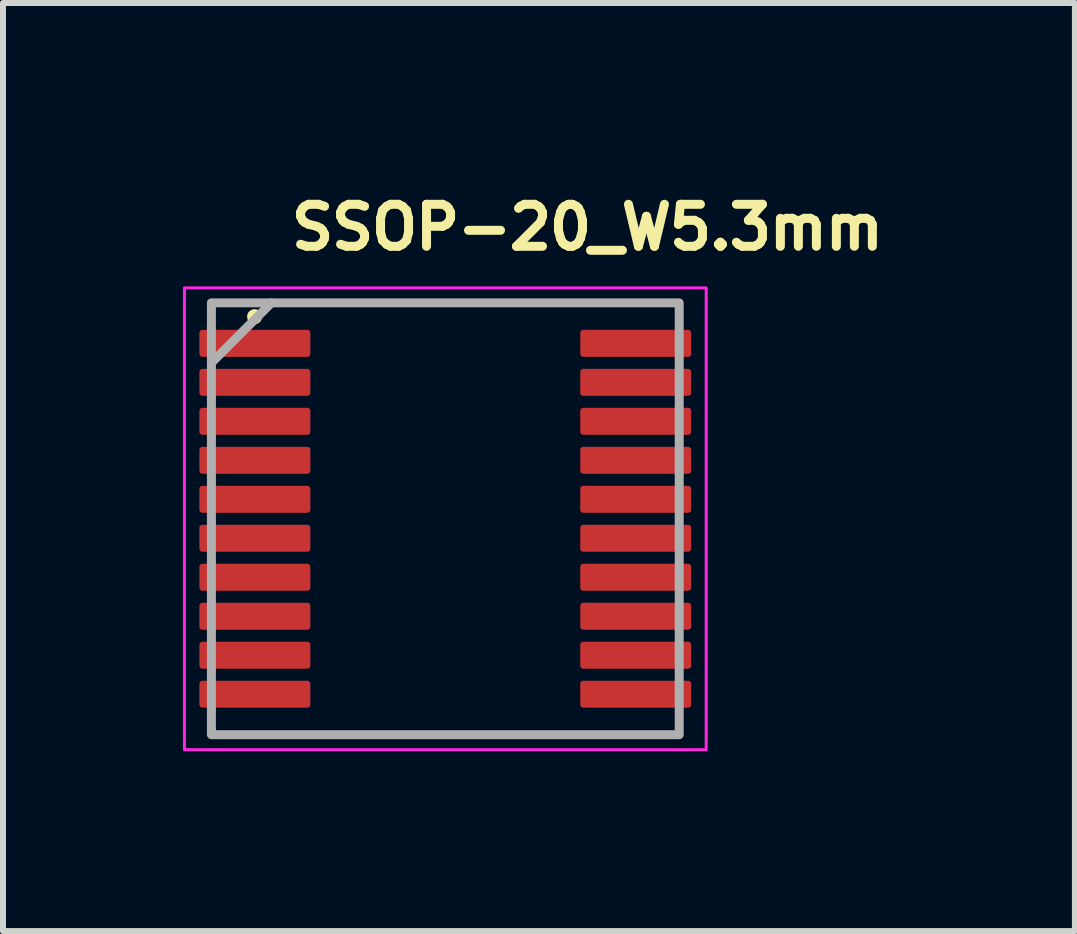
<source format=kicad_pcb>
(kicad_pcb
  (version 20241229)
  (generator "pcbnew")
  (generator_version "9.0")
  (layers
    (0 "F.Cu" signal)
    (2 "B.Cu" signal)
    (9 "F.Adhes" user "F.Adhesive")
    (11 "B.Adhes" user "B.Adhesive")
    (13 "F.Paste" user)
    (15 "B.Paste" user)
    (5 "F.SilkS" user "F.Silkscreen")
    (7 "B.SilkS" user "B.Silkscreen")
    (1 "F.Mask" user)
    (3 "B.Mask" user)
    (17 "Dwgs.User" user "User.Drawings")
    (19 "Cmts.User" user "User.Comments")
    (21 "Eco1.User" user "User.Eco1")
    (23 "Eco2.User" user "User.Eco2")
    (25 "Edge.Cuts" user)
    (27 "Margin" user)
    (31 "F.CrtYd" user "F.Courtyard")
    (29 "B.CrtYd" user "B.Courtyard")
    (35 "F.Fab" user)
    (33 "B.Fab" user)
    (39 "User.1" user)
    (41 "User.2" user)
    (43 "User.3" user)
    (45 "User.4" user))
  (footprint "SSOP-20_W5.3mm"
    (layer "F.Cu")
    (at 4.375 5.6)
    (property "Reference" "SSOP-20_W5.3mm" (at -2.645 -4.45 0) (layer "F.SilkS") (effects (font (size 0.7 0.7) (thickness 0.15)) (justify left bottom)))
    (attr smd)
    (fp_circle (center -3.18 -3.37) (end -3.13 -3.37) (stroke (width 0.15) (type solid)) (fill yes) (layer "F.SilkS"))
    (fp_rect (start -4.35 -3.85) (end 4.35 3.85) (stroke (width 0.05) (type solid)) (fill no) (layer "F.CrtYd"))
    (fp_line (start -2.9 -3.6) (end -3.9 -2.6) (stroke (width 0.15) (type default)) (layer "F.Fab"))
    (fp_rect (start -3.9 -3.6) (end 3.9 3.6) (stroke (width 0.15) (type solid)) (fill no) (layer "F.Fab"))
    (fp_rect (start -3.9 -3.6) (end 3.9 3.6) (stroke (width 0.1) (type solid)) (fill no) (layer "User.5"))
    (fp_line (start -3.9 -3.075) (end -3.9 -2.775) (stroke (width 0.02) (type solid)) (layer "User.9"))
    (fp_line (start -3.9 -2.425) (end -3.9 -2.125) (stroke (width 0.02) (type solid)) (layer "User.9"))
    (fp_line (start -3.9 -1.775) (end -3.9 -1.475) (stroke (width 0.02) (type solid)) (layer "User.9"))
    (fp_line (start -3.9 -1.125) (end -3.9 -0.825) (stroke (width 0.02) (type solid)) (layer "User.9"))
    (fp_line (start -3.9 -0.475) (end -3.9 -0.175) (stroke (width 0.02) (type solid)) (layer "User.9"))
    (fp_line (start -3.9 0.175) (end -3.9 0.475) (stroke (width 0.02) (type solid)) (layer "User.9"))
    (fp_line (start -3.9 0.825) (end -3.9 1.125) (stroke (width 0.02) (type solid)) (layer "User.9"))
    (fp_line (start -3.9 1.475) (end -3.9 1.775) (stroke (width 0.02) (type solid)) (layer "User.9"))
    (fp_line (start -3.9 2.125) (end -3.9 2.425) (stroke (width 0.02) (type solid)) (layer "User.9"))
    (fp_line (start -3.9 2.775) (end -3.9 3.075) (stroke (width 0.02) (type solid)) (layer "User.9"))
    (fp_line (start -3.43 -3.075) (end -3.9 -3.075) (stroke (width 0.02) (type solid)) (layer "User.9"))
    (fp_line (start -3.43 -3.075) (end -3.43 -2.775) (stroke (width 0.02) (type solid)) (layer "User.9"))
    (fp_line (start -3.43 -3.075) (end -3.293 -3.075) (stroke (width 0.02) (type solid)) (layer "User.9"))
    (fp_line (start -3.43 -2.775) (end -3.9 -2.775) (stroke (width 0.02) (type solid)) (layer "User.9"))
    (fp_line (start -3.43 -2.425) (end -3.9 -2.425) (stroke (width 0.02) (type solid)) (layer "User.9"))
    (fp_line (start -3.43 -2.425) (end -3.43 -2.125) (stroke (width 0.02) (type solid)) (layer "User.9"))
    (fp_line (start -3.43 -2.425) (end -3.293 -2.425) (stroke (width 0.02) (type solid)) (layer "User.9"))
    (fp_line (start -3.43 -2.125) (end -3.9 -2.125) (stroke (width 0.02) (type solid)) (layer "User.9"))
    (fp_line (start -3.43 -1.775) (end -3.9 -1.775) (stroke (width 0.02) (type solid)) (layer "User.9"))
    (fp_line (start -3.43 -1.775) (end -3.43 -1.475) (stroke (width 0.02) (type solid)) (layer "User.9"))
    (fp_line (start -3.43 -1.775) (end -3.293 -1.775) (stroke (width 0.02) (type solid)) (layer "User.9"))
    (fp_line (start -3.43 -1.475) (end -3.9 -1.475) (stroke (width 0.02) (type solid)) (layer "User.9"))
    (fp_line (start -3.43 -1.125) (end -3.9 -1.125) (stroke (width 0.02) (type solid)) (layer "User.9"))
    (fp_line (start -3.43 -1.125) (end -3.43 -0.825) (stroke (width 0.02) (type solid)) (layer "User.9"))
    (fp_line (start -3.43 -1.125) (end -3.293 -1.125) (stroke (width 0.02) (type solid)) (layer "User.9"))
    (fp_line (start -3.43 -0.825) (end -3.9 -0.825) (stroke (width 0.02) (type solid)) (layer "User.9"))
    (fp_line (start -3.43 -0.475) (end -3.9 -0.475) (stroke (width 0.02) (type solid)) (layer "User.9"))
    (fp_line (start -3.43 -0.475) (end -3.43 -0.175) (stroke (width 0.02) (type solid)) (layer "User.9"))
    (fp_line (start -3.43 -0.475) (end -3.293 -0.475) (stroke (width 0.02) (type solid)) (layer "User.9"))
    (fp_line (start -3.43 -0.175) (end -3.9 -0.175) (stroke (width 0.02) (type solid)) (layer "User.9"))
    (fp_line (start -3.43 0.175) (end -3.9 0.175) (stroke (width 0.02) (type solid)) (layer "User.9"))
    (fp_line (start -3.43 0.175) (end -3.43 0.475) (stroke (width 0.02) (type solid)) (layer "User.9"))
    (fp_line (start -3.43 0.175) (end -3.293 0.175) (stroke (width 0.02) (type solid)) (layer "User.9"))
    (fp_line (start -3.43 0.475) (end -3.9 0.475) (stroke (width 0.02) (type solid)) (layer "User.9"))
    (fp_line (start -3.43 0.825) (end -3.9 0.825) (stroke (width 0.02) (type solid)) (layer "User.9"))
    (fp_line (start -3.43 0.825) (end -3.43 1.125) (stroke (width 0.02) (type solid)) (layer "User.9"))
    (fp_line (start -3.43 0.825) (end -3.293 0.825) (stroke (width 0.02) (type solid)) (layer "User.9"))
    (fp_line (start -3.43 1.125) (end -3.9 1.125) (stroke (width 0.02) (type solid)) (layer "User.9"))
    (fp_line (start -3.43 1.475) (end -3.9 1.475) (stroke (width 0.02) (type solid)) (layer "User.9"))
    (fp_line (start -3.43 1.475) (end -3.43 1.775) (stroke (width 0.02) (type solid)) (layer "User.9"))
    (fp_line (start -3.43 1.475) (end -3.293 1.475) (stroke (width 0.02) (type solid)) (layer "User.9"))
    (fp_line (start -3.43 1.775) (end -3.9 1.775) (stroke (width 0.02) (type solid)) (layer "User.9"))
    (fp_line (start -3.43 2.125) (end -3.9 2.125) (stroke (width 0.02) (type solid)) (layer "User.9"))
    (fp_line (start -3.43 2.125) (end -3.43 2.425) (stroke (width 0.02) (type solid)) (layer "User.9"))
    (fp_line (start -3.43 2.125) (end -3.293 2.125) (stroke (width 0.02) (type solid)) (layer "User.9"))
    (fp_line (start -3.43 2.425) (end -3.9 2.425) (stroke (width 0.02) (type solid)) (layer "User.9"))
    (fp_line (start -3.43 2.775) (end -3.9 2.775) (stroke (width 0.02) (type solid)) (layer "User.9"))
    (fp_line (start -3.43 2.775) (end -3.43 3.075) (stroke (width 0.02) (type solid)) (layer "User.9"))
    (fp_line (start -3.43 2.775) (end -3.293 2.775) (stroke (width 0.02) (type solid)) (layer "User.9"))
    (fp_line (start -3.43 3.075) (end -3.9 3.075) (stroke (width 0.02) (type solid)) (layer "User.9"))
    (fp_line (start -3.293 -3.075) (end -3.293 -2.775) (stroke (width 0.02) (type solid)) (layer "User.9"))
    (fp_line (start -3.293 -2.775) (end -3.43 -2.775) (stroke (width 0.02) (type solid)) (layer "User.9"))
    (fp_line (start -3.293 -2.775) (end -3.215 -2.775) (stroke (width 0.02) (type solid)) (layer "User.9"))
    (fp_line (start -3.293 -2.425) (end -3.293 -2.125) (stroke (width 0.02) (type solid)) (layer "User.9"))
    (fp_line (start -3.293 -2.125) (end -3.43 -2.125) (stroke (width 0.02) (type solid)) (layer "User.9"))
    (fp_line (start -3.293 -2.125) (end -3.215 -2.125) (stroke (width 0.02) (type solid)) (layer "User.9"))
    (fp_line (start -3.293 -1.775) (end -3.293 -1.475) (stroke (width 0.02) (type solid)) (layer "User.9"))
    (fp_line (start -3.293 -1.475) (end -3.43 -1.475) (stroke (width 0.02) (type solid)) (layer "User.9"))
    (fp_line (start -3.293 -1.475) (end -3.215 -1.475) (stroke (width 0.02) (type solid)) (layer "User.9"))
    (fp_line (start -3.293 -1.125) (end -3.293 -0.825) (stroke (width 0.02) (type solid)) (layer "User.9"))
    (fp_line (start -3.293 -0.825) (end -3.43 -0.825) (stroke (width 0.02) (type solid)) (layer "User.9"))
    (fp_line (start -3.293 -0.825) (end -3.215 -0.825) (stroke (width 0.02) (type solid)) (layer "User.9"))
    (fp_line (start -3.293 -0.475) (end -3.293 -0.175) (stroke (width 0.02) (type solid)) (layer "User.9"))
    (fp_line (start -3.293 -0.175) (end -3.43 -0.175) (stroke (width 0.02) (type solid)) (layer "User.9"))
    (fp_line (start -3.293 -0.175) (end -3.215 -0.175) (stroke (width 0.02) (type solid)) (layer "User.9"))
    (fp_line (start -3.293 0.175) (end -3.293 0.475) (stroke (width 0.02) (type solid)) (layer "User.9"))
    (fp_line (start -3.293 0.475) (end -3.43 0.475) (stroke (width 0.02) (type solid)) (layer "User.9"))
    (fp_line (start -3.293 0.475) (end -3.215 0.475) (stroke (width 0.02) (type solid)) (layer "User.9"))
    (fp_line (start -3.293 0.825) (end -3.293 1.125) (stroke (width 0.02) (type solid)) (layer "User.9"))
    (fp_line (start -3.293 1.125) (end -3.43 1.125) (stroke (width 0.02) (type solid)) (layer "User.9"))
    (fp_line (start -3.293 1.125) (end -3.215 1.125) (stroke (width 0.02) (type solid)) (layer "User.9"))
    (fp_line (start -3.293 1.475) (end -3.293 1.775) (stroke (width 0.02) (type solid)) (layer "User.9"))
    (fp_line (start -3.293 1.775) (end -3.43 1.775) (stroke (width 0.02) (type solid)) (layer "User.9"))
    (fp_line (start -3.293 1.775) (end -3.215 1.775) (stroke (width 0.02) (type solid)) (layer "User.9"))
    (fp_line (start -3.293 2.125) (end -3.293 2.425) (stroke (width 0.02) (type solid)) (layer "User.9"))
    (fp_line (start -3.293 2.425) (end -3.43 2.425) (stroke (width 0.02) (type solid)) (layer "User.9"))
    (fp_line (start -3.293 2.425) (end -3.215 2.425) (stroke (width 0.02) (type solid)) (layer "User.9"))
    (fp_line (start -3.293 2.775) (end -3.293 3.075) (stroke (width 0.02) (type solid)) (layer "User.9"))
    (fp_line (start -3.293 3.075) (end -3.43 3.075) (stroke (width 0.02) (type solid)) (layer "User.9"))
    (fp_line (start -3.293 3.075) (end -3.215 3.075) (stroke (width 0.02) (type solid)) (layer "User.9"))
    (fp_line (start -3.215 -3.075) (end -3.293 -3.075) (stroke (width 0.02) (type solid)) (layer "User.9"))
    (fp_line (start -3.215 -3.075) (end -2.92 -3.075) (stroke (width 0.02) (type solid)) (layer "User.9"))
    (fp_line (start -3.215 -2.775) (end -3.215 -3.075) (stroke (width 0.02) (type solid)) (layer "User.9"))
    (fp_line (start -3.215 -2.425) (end -3.293 -2.425) (stroke (width 0.02) (type solid)) (layer "User.9"))
    (fp_line (start -3.215 -2.425) (end -2.92 -2.425) (stroke (width 0.02) (type solid)) (layer "User.9"))
    (fp_line (start -3.215 -2.125) (end -3.215 -2.425) (stroke (width 0.02) (type solid)) (layer "User.9"))
    (fp_line (start -3.215 -1.775) (end -3.293 -1.775) (stroke (width 0.02) (type solid)) (layer "User.9"))
    (fp_line (start -3.215 -1.775) (end -2.92 -1.775) (stroke (width 0.02) (type solid)) (layer "User.9"))
    (fp_line (start -3.215 -1.475) (end -3.215 -1.775) (stroke (width 0.02) (type solid)) (layer "User.9"))
    (fp_line (start -3.215 -1.125) (end -3.293 -1.125) (stroke (width 0.02) (type solid)) (layer "User.9"))
    (fp_line (start -3.215 -1.125) (end -2.92 -1.125) (stroke (width 0.02) (type solid)) (layer "User.9"))
    (fp_line (start -3.215 -0.825) (end -3.215 -1.125) (stroke (width 0.02) (type solid)) (layer "User.9"))
    (fp_line (start -3.215 -0.475) (end -3.293 -0.475) (stroke (width 0.02) (type solid)) (layer "User.9"))
    (fp_line (start -3.215 -0.475) (end -2.92 -0.475) (stroke (width 0.02) (type solid)) (layer "User.9"))
    (fp_line (start -3.215 -0.175) (end -3.215 -0.475) (stroke (width 0.02) (type solid)) (layer "User.9"))
    (fp_line (start -3.215 0.175) (end -3.293 0.175) (stroke (width 0.02) (type solid)) (layer "User.9"))
    (fp_line (start -3.215 0.175) (end -2.92 0.175) (stroke (width 0.02) (type solid)) (layer "User.9"))
    (fp_line (start -3.215 0.475) (end -3.215 0.175) (stroke (width 0.02) (type solid)) (layer "User.9"))
    (fp_line (start -3.215 0.825) (end -3.293 0.825) (stroke (width 0.02) (type solid)) (layer "User.9"))
    (fp_line (start -3.215 0.825) (end -2.92 0.825) (stroke (width 0.02) (type solid)) (layer "User.9"))
    (fp_line (start -3.215 1.125) (end -3.215 0.825) (stroke (width 0.02) (type solid)) (layer "User.9"))
    (fp_line (start -3.215 1.475) (end -3.293 1.475) (stroke (width 0.02) (type solid)) (layer "User.9"))
    (fp_line (start -3.215 1.475) (end -2.92 1.475) (stroke (width 0.02) (type solid)) (layer "User.9"))
    (fp_line (start -3.215 1.775) (end -3.215 1.475) (stroke (width 0.02) (type solid)) (layer "User.9"))
    (fp_line (start -3.215 2.125) (end -3.293 2.125) (stroke (width 0.02) (type solid)) (layer "User.9"))
    (fp_line (start -3.215 2.125) (end -2.92 2.125) (stroke (width 0.02) (type solid)) (layer "User.9"))
    (fp_line (start -3.215 2.425) (end -3.215 2.125) (stroke (width 0.02) (type solid)) (layer "User.9"))
    (fp_line (start -3.215 2.775) (end -3.293 2.775) (stroke (width 0.02) (type solid)) (layer "User.9"))
    (fp_line (start -3.215 2.775) (end -2.92 2.775) (stroke (width 0.02) (type solid)) (layer "User.9"))
    (fp_line (start -3.215 3.075) (end -3.215 2.775) (stroke (width 0.02) (type solid)) (layer "User.9"))
    (fp_line (start -2.919 -2.775) (end -3.215 -2.775) (stroke (width 0.02) (type solid)) (layer "User.9"))
    (fp_line (start -2.919 -2.775) (end -2.919 -3.075) (stroke (width 0.02) (type solid)) (layer "User.9"))
    (fp_line (start -2.919 -2.125) (end -3.215 -2.125) (stroke (width 0.02) (type solid)) (layer "User.9"))
    (fp_line (start -2.919 -2.125) (end -2.919 -2.425) (stroke (width 0.02) (type solid)) (layer "User.9"))
    (fp_line (start -2.919 -1.475) (end -3.215 -1.475) (stroke (width 0.02) (type solid)) (layer "User.9"))
    (fp_line (start -2.919 -1.475) (end -2.919 -1.775) (stroke (width 0.02) (type solid)) (layer "User.9"))
    (fp_line (start -2.919 -0.825) (end -3.215 -0.825) (stroke (width 0.02) (type solid)) (layer "User.9"))
    (fp_line (start -2.919 -0.825) (end -2.919 -1.125) (stroke (width 0.02) (type solid)) (layer "User.9"))
    (fp_line (start -2.919 -0.175) (end -3.215 -0.175) (stroke (width 0.02) (type solid)) (layer "User.9"))
    (fp_line (start -2.919 -0.175) (end -2.919 -0.475) (stroke (width 0.02) (type solid)) (layer "User.9"))
    (fp_line (start -2.919 0.475) (end -3.215 0.475) (stroke (width 0.02) (type solid)) (layer "User.9"))
    (fp_line (start -2.919 0.475) (end -2.919 0.175) (stroke (width 0.02) (type solid)) (layer "User.9"))
    (fp_line (start -2.919 1.125) (end -3.215 1.125) (stroke (width 0.02) (type solid)) (layer "User.9"))
    (fp_line (start -2.919 1.125) (end -2.919 0.825) (stroke (width 0.02) (type solid)) (layer "User.9"))
    (fp_line (start -2.919 1.775) (end -3.215 1.775) (stroke (width 0.02) (type solid)) (layer "User.9"))
    (fp_line (start -2.919 1.775) (end -2.919 1.475) (stroke (width 0.02) (type solid)) (layer "User.9"))
    (fp_line (start -2.919 2.425) (end -3.215 2.425) (stroke (width 0.02) (type solid)) (layer "User.9"))
    (fp_line (start -2.919 2.425) (end -2.919 2.125) (stroke (width 0.02) (type solid)) (layer "User.9"))
    (fp_line (start -2.919 3.075) (end -3.215 3.075) (stroke (width 0.02) (type solid)) (layer "User.9"))
    (fp_line (start -2.919 3.075) (end -2.919 2.775) (stroke (width 0.02) (type solid)) (layer "User.9"))
    (fp_line (start -2.65 -3.407) (end -2.65 -3.4) (stroke (width 0.02) (type solid)) (layer "User.9"))
    (fp_line (start -2.65 -3.4) (end -2.65 3.4) (stroke (width 0.02) (type solid)) (layer "User.9"))
    (fp_line (start -2.65 -3.075) (end -2.919 -3.075) (stroke (width 0.02) (type solid)) (layer "User.9"))
    (fp_line (start -2.65 -3.075) (end -2.65 -2.775) (stroke (width 0.02) (type solid)) (layer "User.9"))
    (fp_line (start -2.65 -2.775) (end -2.919 -2.775) (stroke (width 0.02) (type solid)) (layer "User.9"))
    (fp_line (start -2.65 -2.425) (end -2.919 -2.425) (stroke (width 0.02) (type solid)) (layer "User.9"))
    (fp_line (start -2.65 -2.425) (end -2.65 -2.125) (stroke (width 0.02) (type solid)) (layer "User.9"))
    (fp_line (start -2.65 -2.125) (end -2.919 -2.125) (stroke (width 0.02) (type solid)) (layer "User.9"))
    (fp_line (start -2.65 -1.775) (end -2.919 -1.775) (stroke (width 0.02) (type solid)) (layer "User.9"))
    (fp_line (start -2.65 -1.775) (end -2.65 -1.475) (stroke (width 0.02) (type solid)) (layer "User.9"))
    (fp_line (start -2.65 -1.475) (end -2.919 -1.475) (stroke (width 0.02) (type solid)) (layer "User.9"))
    (fp_line (start -2.65 -1.125) (end -2.919 -1.125) (stroke (width 0.02) (type solid)) (layer "User.9"))
    (fp_line (start -2.65 -1.125) (end -2.65 -0.825) (stroke (width 0.02) (type solid)) (layer "User.9"))
    (fp_line (start -2.65 -0.825) (end -2.919 -0.825) (stroke (width 0.02) (type solid)) (layer "User.9"))
    (fp_line (start -2.65 -0.475) (end -2.919 -0.475) (stroke (width 0.02) (type solid)) (layer "User.9"))
    (fp_line (start -2.65 -0.475) (end -2.65 -0.175) (stroke (width 0.02) (type solid)) (layer "User.9"))
    (fp_line (start -2.65 -0.175) (end -2.919 -0.175) (stroke (width 0.02) (type solid)) (layer "User.9"))
    (fp_line (start -2.65 0.175) (end -2.919 0.175) (stroke (width 0.02) (type solid)) (layer "User.9"))
    (fp_line (start -2.65 0.175) (end -2.65 0.475) (stroke (width 0.02) (type solid)) (layer "User.9"))
    (fp_line (start -2.65 0.475) (end -2.919 0.475) (stroke (width 0.02) (type solid)) (layer "User.9"))
    (fp_line (start -2.65 0.825) (end -2.919 0.825) (stroke (width 0.02) (type solid)) (layer "User.9"))
    (fp_line (start -2.65 0.825) (end -2.65 1.125) (stroke (width 0.02) (type solid)) (layer "User.9"))
    (fp_line (start -2.65 1.125) (end -2.919 1.125) (stroke (width 0.02) (type solid)) (layer "User.9"))
    (fp_line (start -2.65 1.475) (end -2.919 1.475) (stroke (width 0.02) (type solid)) (layer "User.9"))
    (fp_line (start -2.65 1.475) (end -2.65 1.775) (stroke (width 0.02) (type solid)) (layer "User.9"))
    (fp_line (start -2.65 1.775) (end -2.919 1.775) (stroke (width 0.02) (type solid)) (layer "User.9"))
    (fp_line (start -2.65 2.125) (end -2.919 2.125) (stroke (width 0.02) (type solid)) (layer "User.9"))
    (fp_line (start -2.65 2.125) (end -2.65 2.425) (stroke (width 0.02) (type solid)) (layer "User.9"))
    (fp_line (start -2.65 2.425) (end -2.919 2.425) (stroke (width 0.02) (type solid)) (layer "User.9"))
    (fp_line (start -2.65 2.775) (end -2.919 2.775) (stroke (width 0.02) (type solid)) (layer "User.9"))
    (fp_line (start -2.65 2.775) (end -2.65 3.075) (stroke (width 0.02) (type solid)) (layer "User.9"))
    (fp_line (start -2.65 3.075) (end -2.919 3.075) (stroke (width 0.02) (type solid)) (layer "User.9"))
    (fp_line (start -2.65 3.4) (end -2.65 3.407) (stroke (width 0.02) (type solid)) (layer "User.9"))
    (fp_line (start -2.65 3.407) (end -2.645 3.444) (stroke (width 0.02) (type solid)) (layer "User.9"))
    (fp_line (start -2.645 -3.444) (end -2.65 -3.407) (stroke (width 0.02) (type solid)) (layer "User.9"))
    (fp_line (start -2.645 3.444) (end -2.633 3.48) (stroke (width 0.02) (type solid)) (layer "User.9"))
    (fp_line (start -2.633 -3.48) (end -2.645 -3.444) (stroke (width 0.02) (type solid)) (layer "User.9"))
    (fp_line (start -2.633 3.48) (end -2.615 3.513) (stroke (width 0.02) (type solid)) (layer "User.9"))
    (fp_line (start -2.615 -3.513) (end -2.633 -3.48) (stroke (width 0.02) (type solid)) (layer "User.9"))
    (fp_line (start -2.615 3.513) (end -2.591 3.541) (stroke (width 0.02) (type solid)) (layer "User.9"))
    (fp_line (start -2.591 -3.541) (end -2.615 -3.513) (stroke (width 0.02) (type solid)) (layer "User.9"))
    (fp_line (start -2.591 3.541) (end -2.563 3.565) (stroke (width 0.02) (type solid)) (layer "User.9"))
    (fp_line (start -2.563 -3.565) (end -2.591 -3.541) (stroke (width 0.02) (type solid)) (layer "User.9"))
    (fp_line (start -2.563 3.565) (end -2.53 3.583) (stroke (width 0.02) (type solid)) (layer "User.9"))
    (fp_line (start -2.53 -3.583) (end -2.563 -3.565) (stroke (width 0.02) (type solid)) (layer "User.9"))
    (fp_line (start -2.53 3.583) (end -2.494 3.595) (stroke (width 0.02) (type solid)) (layer "User.9"))
    (fp_line (start -2.494 -3.595) (end -2.53 -3.583) (stroke (width 0.02) (type solid)) (layer "User.9"))
    (fp_line (start -2.494 3.595) (end -2.457 3.6) (stroke (width 0.02) (type solid)) (layer "User.9"))
    (fp_line (start -2.492 -3.249) (end -2.65 -3.407) (stroke (width 0.02) (type solid)) (layer "User.9"))
    (fp_line (start -2.492 -3.249) (end -2.154 -3.104) (stroke (width 0.02) (type solid)) (layer "User.9"))
    (fp_line (start -2.492 3.249) (end -2.65 3.407) (stroke (width 0.02) (type solid)) (layer "User.9"))
    (fp_line (start -2.492 3.249) (end -2.492 -3.25) (stroke (width 0.02) (type solid)) (layer "User.9"))
    (fp_line (start -2.492 3.249) (end -2.486 3.285) (stroke (width 0.02) (type solid)) (layer "User.9"))
    (fp_line (start -2.486 -3.285) (end -2.492 -3.249) (stroke (width 0.02) (type solid)) (layer "User.9"))
    (fp_line (start -2.486 3.285) (end -2.473 3.32) (stroke (width 0.02) (type solid)) (layer "User.9"))
    (fp_line (start -2.473 -3.32) (end -2.486 -3.285) (stroke (width 0.02) (type solid)) (layer "User.9"))
    (fp_line (start -2.473 3.32) (end -2.455 3.352) (stroke (width 0.02) (type solid)) (layer "User.9"))
    (fp_line (start -2.457 -3.6) (end -2.494 -3.595) (stroke (width 0.02) (type solid)) (layer "User.9"))
    (fp_line (start -2.457 3.6) (end -2.45 3.6) (stroke (width 0.02) (type solid)) (layer "User.9"))
    (fp_line (start -2.455 -3.352) (end -2.473 -3.32) (stroke (width 0.02) (type solid)) (layer "User.9"))
    (fp_line (start -2.455 3.352) (end -2.431 3.381) (stroke (width 0.02) (type solid)) (layer "User.9"))
    (fp_line (start -2.45 -3.6) (end -2.457 -3.6) (stroke (width 0.02) (type solid)) (layer "User.9"))
    (fp_line (start -2.45 3.6) (end 2.45 3.6) (stroke (width 0.02) (type solid)) (layer "User.9"))
    (fp_line (start -2.431 -3.381) (end -2.455 -3.352) (stroke (width 0.02) (type solid)) (layer "User.9"))
    (fp_line (start -2.431 3.381) (end -2.402 3.405) (stroke (width 0.02) (type solid)) (layer "User.9"))
    (fp_line (start -2.402 -3.405) (end -2.431 -3.381) (stroke (width 0.02) (type solid)) (layer "User.9"))
    (fp_line (start -2.402 3.405) (end -2.37 3.423) (stroke (width 0.02) (type solid)) (layer "User.9"))
    (fp_line (start -2.37 -3.423) (end -2.402 -3.405) (stroke (width 0.02) (type solid)) (layer "User.9"))
    (fp_line (start -2.37 3.423) (end -2.335 3.436) (stroke (width 0.02) (type solid)) (layer "User.9"))
    (fp_line (start -2.335 -3.436) (end -2.37 -3.423) (stroke (width 0.02) (type solid)) (layer "User.9"))
    (fp_line (start -2.335 3.436) (end -2.299 3.442) (stroke (width 0.02) (type solid)) (layer "User.9"))
    (fp_line (start -2.299 -3.442) (end -2.457 -3.6) (stroke (width 0.02) (type solid)) (layer "User.9"))
    (fp_line (start -2.299 -3.442) (end -2.335 -3.436) (stroke (width 0.02) (type solid)) (layer "User.9"))
    (fp_line (start -2.299 3.442) (end -2.457 3.6) (stroke (width 0.02) (type solid)) (layer "User.9"))
    (fp_line (start -2.299 3.442) (end -2.154 3.104) (stroke (width 0.02) (type solid)) (layer "User.9"))
    (fp_line (start -2.299 3.442) (end 2.3 3.442) (stroke (width 0.02) (type solid)) (layer "User.9"))
    (fp_line (start -2.2 -2.1) (end -2.197 -2.169) (stroke (width 0.02) (type solid)) (layer "User.9"))
    (fp_line (start -2.197 -2.169) (end -2.188 -2.237) (stroke (width 0.02) (type solid)) (layer "User.9"))
    (fp_line (start -2.197 -2.031) (end -2.2 -2.1) (stroke (width 0.02) (type solid)) (layer "User.9"))
    (fp_line (start -2.188 -2.237) (end -2.174 -2.304) (stroke (width 0.02) (type solid)) (layer "User.9"))
    (fp_line (start -2.188 -1.963) (end -2.197 -2.031) (stroke (width 0.02) (type solid)) (layer "User.9"))
    (fp_line (start -2.179 -2.282) (end -2.169 -2.322) (stroke (width 0.02) (type solid)) (layer "User.9"))
    (fp_line (start -2.174 -2.304) (end -2.154 -2.368) (stroke (width 0.02) (type solid)) (layer "User.9"))
    (fp_line (start -2.174 -1.896) (end -2.188 -1.963) (stroke (width 0.02) (type solid)) (layer "User.9"))
    (fp_line (start -2.169 -2.322) (end -2.156 -2.362) (stroke (width 0.02) (type solid)) (layer "User.9"))
    (fp_line (start -2.169 -1.878) (end -2.179 -1.918) (stroke (width 0.02) (type solid)) (layer "User.9"))
    (fp_line (start -2.156 -1.838) (end -2.169 -1.878) (stroke (width 0.02) (type solid)) (layer "User.9"))
    (fp_line (start -2.154 -3.104) (end -2.299 -3.442) (stroke (width 0.02) (type solid)) (layer "User.9"))
    (fp_line (start -2.154 -3.104) (end -2.154 -2.368) (stroke (width 0.02) (type solid)) (layer "User.9"))
    (fp_line (start -2.154 -2.368) (end -2.124 -2.442) (stroke (width 0.02) (type solid)) (layer "User.9"))
    (fp_line (start -2.154 -1.832) (end -2.174 -1.896) (stroke (width 0.02) (type solid)) (layer "User.9"))
    (fp_line (start -2.154 -1.832) (end -2.154 3.104) (stroke (width 0.02) (type solid)) (layer "User.9"))
    (fp_line (start -2.154 3.104) (end -2.492 3.249) (stroke (width 0.02) (type solid)) (layer "User.9"))
    (fp_line (start -2.154 3.104) (end 2.154 3.104) (stroke (width 0.02) (type solid)) (layer "User.9"))
    (fp_line (start -2.124 -2.442) (end -2.085 -2.512) (stroke (width 0.02) (type solid)) (layer "User.9"))
    (fp_line (start -2.123 -1.757) (end -2.153 -1.832) (stroke (width 0.02) (type solid)) (layer "User.9"))
    (fp_line (start -2.085 -2.512) (end -2.041 -2.579) (stroke (width 0.02) (type solid)) (layer "User.9"))
    (fp_line (start -2.085 -1.687) (end -2.123 -1.757) (stroke (width 0.02) (type solid)) (layer "User.9"))
    (fp_line (start -2.041 -2.579) (end -1.99 -2.641) (stroke (width 0.02) (type solid)) (layer "User.9"))
    (fp_line (start -2.04 -1.621) (end -2.085 -1.687) (stroke (width 0.02) (type solid)) (layer "User.9"))
    (fp_line (start -1.99 -2.641) (end -1.933 -2.697) (stroke (width 0.02) (type solid)) (layer "User.9"))
    (fp_line (start -1.99 -1.559) (end -2.04 -1.621) (stroke (width 0.02) (type solid)) (layer "User.9"))
    (fp_line (start -1.933 -2.697) (end -1.871 -2.747) (stroke (width 0.02) (type solid)) (layer "User.9"))
    (fp_line (start -1.933 -1.503) (end -1.99 -1.559) (stroke (width 0.02) (type solid)) (layer "User.9"))
    (fp_line (start -1.871 -2.747) (end -1.804 -2.791) (stroke (width 0.02) (type solid)) (layer "User.9"))
    (fp_line (start -1.871 -1.453) (end -1.933 -1.503) (stroke (width 0.02) (type solid)) (layer "User.9"))
    (fp_line (start -1.804 -2.791) (end -1.733 -2.828) (stroke (width 0.02) (type solid)) (layer "User.9"))
    (fp_line (start -1.803 -1.409) (end -1.871 -1.453) (stroke (width 0.02) (type solid)) (layer "User.9"))
    (fp_line (start -1.733 -2.828) (end -1.658 -2.858) (stroke (width 0.02) (type solid)) (layer "User.9"))
    (fp_line (start -1.733 -1.373) (end -1.803 -1.409) (stroke (width 0.02) (type solid)) (layer "User.9"))
    (fp_line (start -1.658 -2.858) (end -1.582 -2.879) (stroke (width 0.02) (type solid)) (layer "User.9"))
    (fp_line (start -1.658 -1.343) (end -1.733 -1.373) (stroke (width 0.02) (type solid)) (layer "User.9"))
    (fp_line (start -1.582 -2.879) (end -1.502 -2.893) (stroke (width 0.02) (type solid)) (layer "User.9"))
    (fp_line (start -1.582 -1.321) (end -1.658 -1.343) (stroke (width 0.02) (type solid)) (layer "User.9"))
    (fp_line (start -1.503 -1.307) (end -1.582 -1.321) (stroke (width 0.02) (type solid)) (layer "User.9"))
    (fp_line (start -1.502 -2.893) (end -1.423 -2.9) (stroke (width 0.02) (type solid)) (layer "User.9"))
    (fp_line (start -1.424 -1.3) (end -1.503 -1.307) (stroke (width 0.02) (type solid)) (layer "User.9"))
    (fp_line (start -1.423 -2.9) (end -1.343 -2.898) (stroke (width 0.02) (type solid)) (layer "User.9"))
    (fp_line (start -1.344 -1.302) (end -1.424 -1.3) (stroke (width 0.02) (type solid)) (layer "User.9"))
    (fp_line (start -1.343 -2.898) (end -1.263 -2.888) (stroke (width 0.02) (type solid)) (layer "User.9"))
    (fp_line (start -1.264 -1.312) (end -1.344 -1.302) (stroke (width 0.02) (type solid)) (layer "User.9"))
    (fp_line (start -1.263 -2.888) (end -1.186 -2.871) (stroke (width 0.02) (type solid)) (layer "User.9"))
    (fp_line (start -1.186 -2.871) (end -1.11 -2.846) (stroke (width 0.02) (type solid)) (layer "User.9"))
    (fp_line (start -1.186 -1.329) (end -1.264 -1.312) (stroke (width 0.02) (type solid)) (layer "User.9"))
    (fp_line (start -1.11 -2.846) (end -1.037 -2.813) (stroke (width 0.02) (type solid)) (layer "User.9"))
    (fp_line (start -1.11 -1.354) (end -1.186 -1.329) (stroke (width 0.02) (type solid)) (layer "User.9"))
    (fp_line (start -1.037 -2.813) (end -0.967 -2.773) (stroke (width 0.02) (type solid)) (layer "User.9"))
    (fp_line (start -1.037 -1.387) (end -1.11 -1.354) (stroke (width 0.02) (type solid)) (layer "User.9"))
    (fp_line (start -0.968 -1.427) (end -1.037 -1.387) (stroke (width 0.02) (type solid)) (layer "User.9"))
    (fp_line (start -0.967 -2.773) (end -0.903 -2.727) (stroke (width 0.02) (type solid)) (layer "User.9"))
    (fp_line (start -0.903 -2.727) (end -0.843 -2.674) (stroke (width 0.02) (type solid)) (layer "User.9"))
    (fp_line (start -0.903 -1.473) (end -0.968 -1.427) (stroke (width 0.02) (type solid)) (layer "User.9"))
    (fp_line (start -0.843 -2.674) (end -0.788 -2.615) (stroke (width 0.02) (type solid)) (layer "User.9"))
    (fp_line (start -0.843 -1.526) (end -0.903 -1.473) (stroke (width 0.02) (type solid)) (layer "User.9"))
    (fp_line (start -0.788 -2.615) (end -0.74 -2.552) (stroke (width 0.02) (type solid)) (layer "User.9"))
    (fp_line (start -0.788 -1.585) (end -0.843 -1.526) (stroke (width 0.02) (type solid)) (layer "User.9"))
    (fp_line (start -0.74 -2.552) (end -0.698 -2.483) (stroke (width 0.02) (type solid)) (layer "User.9"))
    (fp_line (start -0.74 -1.648) (end -0.788 -1.585) (stroke (width 0.02) (type solid)) (layer "User.9"))
    (fp_line (start -0.698 -2.483) (end -0.663 -2.411) (stroke (width 0.02) (type solid)) (layer "User.9"))
    (fp_line (start -0.698 -1.717) (end -0.74 -1.648) (stroke (width 0.02) (type solid)) (layer "User.9"))
    (fp_line (start -0.663 -2.411) (end -0.636 -2.336) (stroke (width 0.02) (type solid)) (layer "User.9"))
    (fp_line (start -0.663 -1.789) (end -0.698 -1.717) (stroke (width 0.02) (type solid)) (layer "User.9"))
    (fp_line (start -0.636 -2.336) (end -0.616 -2.259) (stroke (width 0.02) (type solid)) (layer "User.9"))
    (fp_line (start -0.636 -1.864) (end -0.663 -1.789) (stroke (width 0.02) (type solid)) (layer "User.9"))
    (fp_line (start -0.616 -2.259) (end -0.604 -2.179) (stroke (width 0.02) (type solid)) (layer "User.9"))
    (fp_line (start -0.616 -1.941) (end -0.636 -1.864) (stroke (width 0.02) (type solid)) (layer "User.9"))
    (fp_line (start -0.604 -2.179) (end -0.6 -2.1) (stroke (width 0.02) (type solid)) (layer "User.9"))
    (fp_line (start -0.604 -2.02) (end -0.616 -1.941) (stroke (width 0.02) (type solid)) (layer "User.9"))
    (fp_line (start -0.6 -2.1) (end -0.604 -2.02) (stroke (width 0.02) (type solid)) (layer "User.9"))
    (fp_line (start 2.154 -3.104) (end -2.154 -3.104) (stroke (width 0.02) (type solid)) (layer "User.9"))
    (fp_line (start 2.154 -3.104) (end 2.492 -3.249) (stroke (width 0.02) (type solid)) (layer "User.9"))
    (fp_line (start 2.154 3.104) (end 2.154 -3.104) (stroke (width 0.02) (type solid)) (layer "User.9"))
    (fp_line (start 2.154 3.104) (end 2.299 3.442) (stroke (width 0.02) (type solid)) (layer "User.9"))
    (fp_line (start 2.299 -3.442) (end -2.3 -3.442) (stroke (width 0.02) (type solid)) (layer "User.9"))
    (fp_line (start 2.299 -3.442) (end 2.154 -3.104) (stroke (width 0.02) (type solid)) (layer "User.9"))
    (fp_line (start 2.299 -3.442) (end 2.457 -3.6) (stroke (width 0.02) (type solid)) (layer "User.9"))
    (fp_line (start 2.299 3.442) (end 2.335 3.436) (stroke (width 0.02) (type solid)) (layer "User.9"))
    (fp_line (start 2.299 3.442) (end 2.457 3.6) (stroke (width 0.02) (type solid)) (layer "User.9"))
    (fp_line (start 2.335 -3.436) (end 2.299 -3.442) (stroke (width 0.02) (type solid)) (layer "User.9"))
    (fp_line (start 2.335 3.436) (end 2.37 3.423) (stroke (width 0.02) (type solid)) (layer "User.9"))
    (fp_line (start 2.37 -3.423) (end 2.335 -3.436) (stroke (width 0.02) (type solid)) (layer "User.9"))
    (fp_line (start 2.37 3.423) (end 2.402 3.405) (stroke (width 0.02) (type solid)) (layer "User.9"))
    (fp_line (start 2.402 -3.405) (end 2.37 -3.423) (stroke (width 0.02) (type solid)) (layer "User.9"))
    (fp_line (start 2.402 3.405) (end 2.431 3.381) (stroke (width 0.02) (type solid)) (layer "User.9"))
    (fp_line (start 2.431 -3.381) (end 2.402 -3.405) (stroke (width 0.02) (type solid)) (layer "User.9"))
    (fp_line (start 2.431 3.381) (end 2.455 3.352) (stroke (width 0.02) (type solid)) (layer "User.9"))
    (fp_line (start 2.45 -3.6) (end -2.45 -3.6) (stroke (width 0.02) (type solid)) (layer "User.9"))
    (fp_line (start 2.45 3.6) (end 2.457 3.6) (stroke (width 0.02) (type solid)) (layer "User.9"))
    (fp_line (start 2.455 -3.352) (end 2.431 -3.381) (stroke (width 0.02) (type solid)) (layer "User.9"))
    (fp_line (start 2.455 3.352) (end 2.473 3.32) (stroke (width 0.02) (type solid)) (layer "User.9"))
    (fp_line (start 2.457 -3.6) (end 2.45 -3.6) (stroke (width 0.02) (type solid)) (layer "User.9"))
    (fp_line (start 2.457 3.6) (end 2.494 3.595) (stroke (width 0.02) (type solid)) (layer "User.9"))
    (fp_line (start 2.473 -3.32) (end 2.455 -3.352) (stroke (width 0.02) (type solid)) (layer "User.9"))
    (fp_line (start 2.473 3.32) (end 2.486 3.285) (stroke (width 0.02) (type solid)) (layer "User.9"))
    (fp_line (start 2.486 -3.285) (end 2.473 -3.32) (stroke (width 0.02) (type solid)) (layer "User.9"))
    (fp_line (start 2.486 3.285) (end 2.492 3.249) (stroke (width 0.02) (type solid)) (layer "User.9"))
    (fp_line (start 2.492 -3.249) (end 2.486 -3.285) (stroke (width 0.02) (type solid)) (layer "User.9"))
    (fp_line (start 2.492 -3.249) (end 2.65 -3.407) (stroke (width 0.02) (type solid)) (layer "User.9"))
    (fp_line (start 2.492 3.249) (end 2.154 3.104) (stroke (width 0.02) (type solid)) (layer "User.9"))
    (fp_line (start 2.492 3.249) (end 2.492 -3.25) (stroke (width 0.02) (type solid)) (layer "User.9"))
    (fp_line (start 2.492 3.249) (end 2.65 3.407) (stroke (width 0.02) (type solid)) (layer "User.9"))
    (fp_line (start 2.494 -3.595) (end 2.457 -3.6) (stroke (width 0.02) (type solid)) (layer "User.9"))
    (fp_line (start 2.494 3.595) (end 2.53 3.583) (stroke (width 0.02) (type solid)) (layer "User.9"))
    (fp_line (start 2.53 -3.583) (end 2.494 -3.595) (stroke (width 0.02) (type solid)) (layer "User.9"))
    (fp_line (start 2.53 3.583) (end 2.563 3.565) (stroke (width 0.02) (type solid)) (layer "User.9"))
    (fp_line (start 2.563 -3.565) (end 2.53 -3.583) (stroke (width 0.02) (type solid)) (layer "User.9"))
    (fp_line (start 2.563 3.565) (end 2.591 3.541) (stroke (width 0.02) (type solid)) (layer "User.9"))
    (fp_line (start 2.591 -3.541) (end 2.563 -3.565) (stroke (width 0.02) (type solid)) (layer "User.9"))
    (fp_line (start 2.591 3.541) (end 2.615 3.513) (stroke (width 0.02) (type solid)) (layer "User.9"))
    (fp_line (start 2.615 -3.513) (end 2.591 -3.541) (stroke (width 0.02) (type solid)) (layer "User.9"))
    (fp_line (start 2.615 3.513) (end 2.633 3.48) (stroke (width 0.02) (type solid)) (layer "User.9"))
    (fp_line (start 2.633 -3.48) (end 2.615 -3.513) (stroke (width 0.02) (type solid)) (layer "User.9"))
    (fp_line (start 2.633 3.48) (end 2.645 3.444) (stroke (width 0.02) (type solid)) (layer "User.9"))
    (fp_line (start 2.645 -3.444) (end 2.633 -3.48) (stroke (width 0.02) (type solid)) (layer "User.9"))
    (fp_line (start 2.645 3.444) (end 2.65 3.407) (stroke (width 0.02) (type solid)) (layer "User.9"))
    (fp_line (start 2.65 -3.407) (end 2.645 -3.444) (stroke (width 0.02) (type solid)) (layer "User.9"))
    (fp_line (start 2.65 -3.4) (end 2.65 -3.407) (stroke (width 0.02) (type solid)) (layer "User.9"))
    (fp_line (start 2.65 -3.075) (end 2.919 -3.075) (stroke (width 0.02) (type solid)) (layer "User.9"))
    (fp_line (start 2.65 -2.775) (end 2.65 -3.075) (stroke (width 0.02) (type solid)) (layer "User.9"))
    (fp_line (start 2.65 -2.775) (end 2.919 -2.775) (stroke (width 0.02) (type solid)) (layer "User.9"))
    (fp_line (start 2.65 -2.425) (end 2.919 -2.425) (stroke (width 0.02) (type solid)) (layer "User.9"))
    (fp_line (start 2.65 -2.125) (end 2.65 -2.425) (stroke (width 0.02) (type solid)) (layer "User.9"))
    (fp_line (start 2.65 -2.125) (end 2.919 -2.125) (stroke (width 0.02) (type solid)) (layer "User.9"))
    (fp_line (start 2.65 -1.775) (end 2.919 -1.775) (stroke (width 0.02) (type solid)) (layer "User.9"))
    (fp_line (start 2.65 -1.475) (end 2.65 -1.775) (stroke (width 0.02) (type solid)) (layer "User.9"))
    (fp_line (start 2.65 -1.475) (end 2.919 -1.475) (stroke (width 0.02) (type solid)) (layer "User.9"))
    (fp_line (start 2.65 -1.125) (end 2.919 -1.125) (stroke (width 0.02) (type solid)) (layer "User.9"))
    (fp_line (start 2.65 -0.825) (end 2.65 -1.125) (stroke (width 0.02) (type solid)) (layer "User.9"))
    (fp_line (start 2.65 -0.825) (end 2.919 -0.825) (stroke (width 0.02) (type solid)) (layer "User.9"))
    (fp_line (start 2.65 -0.475) (end 2.919 -0.475) (stroke (width 0.02) (type solid)) (layer "User.9"))
    (fp_line (start 2.65 -0.175) (end 2.65 -0.475) (stroke (width 0.02) (type solid)) (layer "User.9"))
    (fp_line (start 2.65 -0.175) (end 2.919 -0.175) (stroke (width 0.02) (type solid)) (layer "User.9"))
    (fp_line (start 2.65 0.175) (end 2.919 0.175) (stroke (width 0.02) (type solid)) (layer "User.9"))
    (fp_line (start 2.65 0.475) (end 2.65 0.175) (stroke (width 0.02) (type solid)) (layer "User.9"))
    (fp_line (start 2.65 0.475) (end 2.919 0.475) (stroke (width 0.02) (type solid)) (layer "User.9"))
    (fp_line (start 2.65 0.825) (end 2.919 0.825) (stroke (width 0.02) (type solid)) (layer "User.9"))
    (fp_line (start 2.65 1.125) (end 2.65 0.825) (stroke (width 0.02) (type solid)) (layer "User.9"))
    (fp_line (start 2.65 1.125) (end 2.919 1.125) (stroke (width 0.02) (type solid)) (layer "User.9"))
    (fp_line (start 2.65 1.475) (end 2.919 1.475) (stroke (width 0.02) (type solid)) (layer "User.9"))
    (fp_line (start 2.65 1.775) (end 2.65 1.475) (stroke (width 0.02) (type solid)) (layer "User.9"))
    (fp_line (start 2.65 1.775) (end 2.919 1.775) (stroke (width 0.02) (type solid)) (layer "User.9"))
    (fp_line (start 2.65 2.125) (end 2.919 2.125) (stroke (width 0.02) (type solid)) (layer "User.9"))
    (fp_line (start 2.65 2.425) (end 2.65 2.125) (stroke (width 0.02) (type solid)) (layer "User.9"))
    (fp_line (start 2.65 2.425) (end 2.919 2.425) (stroke (width 0.02) (type solid)) (layer "User.9"))
    (fp_line (start 2.65 2.775) (end 2.919 2.775) (stroke (width 0.02) (type solid)) (layer "User.9"))
    (fp_line (start 2.65 3.075) (end 2.65 2.775) (stroke (width 0.02) (type solid)) (layer "User.9"))
    (fp_line (start 2.65 3.075) (end 2.919 3.075) (stroke (width 0.02) (type solid)) (layer "User.9"))
    (fp_line (start 2.65 3.4) (end 2.65 -3.4) (stroke (width 0.02) (type solid)) (layer "User.9"))
    (fp_line (start 2.65 3.407) (end 2.65 3.4) (stroke (width 0.02) (type solid)) (layer "User.9"))
    (fp_line (start 2.919 -3.075) (end 2.919 -2.775) (stroke (width 0.02) (type solid)) (layer "User.9"))
    (fp_line (start 2.919 -3.075) (end 3.215 -3.075) (stroke (width 0.02) (type solid)) (layer "User.9"))
    (fp_line (start 2.919 -2.425) (end 2.919 -2.125) (stroke (width 0.02) (type solid)) (layer "User.9"))
    (fp_line (start 2.919 -2.425) (end 3.215 -2.425) (stroke (width 0.02) (type solid)) (layer "User.9"))
    (fp_line (start 2.919 -1.775) (end 2.919 -1.475) (stroke (width 0.02) (type solid)) (layer "User.9"))
    (fp_line (start 2.919 -1.775) (end 3.215 -1.775) (stroke (width 0.02) (type solid)) (layer "User.9"))
    (fp_line (start 2.919 -1.125) (end 2.919 -0.825) (stroke (width 0.02) (type solid)) (layer "User.9"))
    (fp_line (start 2.919 -1.125) (end 3.215 -1.125) (stroke (width 0.02) (type solid)) (layer "User.9"))
    (fp_line (start 2.919 -0.475) (end 2.919 -0.175) (stroke (width 0.02) (type solid)) (layer "User.9"))
    (fp_line (start 2.919 -0.475) (end 3.215 -0.475) (stroke (width 0.02) (type solid)) (layer "User.9"))
    (fp_line (start 2.919 0.175) (end 2.919 0.475) (stroke (width 0.02) (type solid)) (layer "User.9"))
    (fp_line (start 2.919 0.175) (end 3.215 0.175) (stroke (width 0.02) (type solid)) (layer "User.9"))
    (fp_line (start 2.919 0.825) (end 2.919 1.125) (stroke (width 0.02) (type solid)) (layer "User.9"))
    (fp_line (start 2.919 0.825) (end 3.215 0.825) (stroke (width 0.02) (type solid)) (layer "User.9"))
    (fp_line (start 2.919 1.475) (end 2.919 1.775) (stroke (width 0.02) (type solid)) (layer "User.9"))
    (fp_line (start 2.919 1.475) (end 3.215 1.475) (stroke (width 0.02) (type solid)) (layer "User.9"))
    (fp_line (start 2.919 2.125) (end 2.919 2.425) (stroke (width 0.02) (type solid)) (layer "User.9"))
    (fp_line (start 2.919 2.125) (end 3.215 2.125) (stroke (width 0.02) (type solid)) (layer "User.9"))
    (fp_line (start 2.919 2.775) (end 2.919 3.075) (stroke (width 0.02) (type solid)) (layer "User.9"))
    (fp_line (start 2.919 2.775) (end 3.215 2.775) (stroke (width 0.02) (type solid)) (layer "User.9"))
    (fp_line (start 3.215 -3.075) (end 3.215 -2.775) (stroke (width 0.02) (type solid)) (layer "User.9"))
    (fp_line (start 3.215 -2.775) (end 2.919 -2.775) (stroke (width 0.02) (type solid)) (layer "User.9"))
    (fp_line (start 3.215 -2.775) (end 3.293 -2.775) (stroke (width 0.02) (type solid)) (layer "User.9"))
    (fp_line (start 3.215 -2.425) (end 3.215 -2.125) (stroke (width 0.02) (type solid)) (layer "User.9"))
    (fp_line (start 3.215 -2.125) (end 2.919 -2.125) (stroke (width 0.02) (type solid)) (layer "User.9"))
    (fp_line (start 3.215 -2.125) (end 3.293 -2.125) (stroke (width 0.02) (type solid)) (layer "User.9"))
    (fp_line (start 3.215 -1.775) (end 3.215 -1.475) (stroke (width 0.02) (type solid)) (layer "User.9"))
    (fp_line (start 3.215 -1.475) (end 2.919 -1.475) (stroke (width 0.02) (type solid)) (layer "User.9"))
    (fp_line (start 3.215 -1.475) (end 3.293 -1.475) (stroke (width 0.02) (type solid)) (layer "User.9"))
    (fp_line (start 3.215 -1.125) (end 3.215 -0.825) (stroke (width 0.02) (type solid)) (layer "User.9"))
    (fp_line (start 3.215 -0.825) (end 2.919 -0.825) (stroke (width 0.02) (type solid)) (layer "User.9"))
    (fp_line (start 3.215 -0.825) (end 3.293 -0.825) (stroke (width 0.02) (type solid)) (layer "User.9"))
    (fp_line (start 3.215 -0.475) (end 3.215 -0.175) (stroke (width 0.02) (type solid)) (layer "User.9"))
    (fp_line (start 3.215 -0.175) (end 2.919 -0.175) (stroke (width 0.02) (type solid)) (layer "User.9"))
    (fp_line (start 3.215 -0.175) (end 3.293 -0.175) (stroke (width 0.02) (type solid)) (layer "User.9"))
    (fp_line (start 3.215 0.175) (end 3.215 0.475) (stroke (width 0.02) (type solid)) (layer "User.9"))
    (fp_line (start 3.215 0.475) (end 2.919 0.475) (stroke (width 0.02) (type solid)) (layer "User.9"))
    (fp_line (start 3.215 0.475) (end 3.293 0.475) (stroke (width 0.02) (type solid)) (layer "User.9"))
    (fp_line (start 3.215 0.825) (end 3.215 1.125) (stroke (width 0.02) (type solid)) (layer "User.9"))
    (fp_line (start 3.215 1.125) (end 2.919 1.125) (stroke (width 0.02) (type solid)) (layer "User.9"))
    (fp_line (start 3.215 1.125) (end 3.293 1.125) (stroke (width 0.02) (type solid)) (layer "User.9"))
    (fp_line (start 3.215 1.475) (end 3.215 1.775) (stroke (width 0.02) (type solid)) (layer "User.9"))
    (fp_line (start 3.215 1.775) (end 2.919 1.775) (stroke (width 0.02) (type solid)) (layer "User.9"))
    (fp_line (start 3.215 1.775) (end 3.293 1.775) (stroke (width 0.02) (type solid)) (layer "User.9"))
    (fp_line (start 3.215 2.125) (end 3.215 2.425) (stroke (width 0.02) (type solid)) (layer "User.9"))
    (fp_line (start 3.215 2.425) (end 2.919 2.425) (stroke (width 0.02) (type solid)) (layer "User.9"))
    (fp_line (start 3.215 2.425) (end 3.293 2.425) (stroke (width 0.02) (type solid)) (layer "User.9"))
    (fp_line (start 3.215 2.775) (end 3.215 3.075) (stroke (width 0.02) (type solid)) (layer "User.9"))
    (fp_line (start 3.215 3.075) (end 2.919 3.075) (stroke (width 0.02) (type solid)) (layer "User.9"))
    (fp_line (start 3.215 3.075) (end 3.293 3.075) (stroke (width 0.02) (type solid)) (layer "User.9"))
    (fp_line (start 3.293 -3.075) (end 3.215 -3.075) (stroke (width 0.02) (type solid)) (layer "User.9"))
    (fp_line (start 3.293 -3.075) (end 3.43 -3.075) (stroke (width 0.02) (type solid)) (layer "User.9"))
    (fp_line (start 3.293 -2.775) (end 3.293 -3.075) (stroke (width 0.02) (type solid)) (layer "User.9"))
    (fp_line (start 3.293 -2.425) (end 3.215 -2.425) (stroke (width 0.02) (type solid)) (layer "User.9"))
    (fp_line (start 3.293 -2.425) (end 3.43 -2.425) (stroke (width 0.02) (type solid)) (layer "User.9"))
    (fp_line (start 3.293 -2.125) (end 3.293 -2.425) (stroke (width 0.02) (type solid)) (layer "User.9"))
    (fp_line (start 3.293 -1.775) (end 3.215 -1.775) (stroke (width 0.02) (type solid)) (layer "User.9"))
    (fp_line (start 3.293 -1.775) (end 3.43 -1.775) (stroke (width 0.02) (type solid)) (layer "User.9"))
    (fp_line (start 3.293 -1.475) (end 3.293 -1.775) (stroke (width 0.02) (type solid)) (layer "User.9"))
    (fp_line (start 3.293 -1.125) (end 3.215 -1.125) (stroke (width 0.02) (type solid)) (layer "User.9"))
    (fp_line (start 3.293 -1.125) (end 3.43 -1.125) (stroke (width 0.02) (type solid)) (layer "User.9"))
    (fp_line (start 3.293 -0.825) (end 3.293 -1.125) (stroke (width 0.02) (type solid)) (layer "User.9"))
    (fp_line (start 3.293 -0.475) (end 3.215 -0.475) (stroke (width 0.02) (type solid)) (layer "User.9"))
    (fp_line (start 3.293 -0.475) (end 3.43 -0.475) (stroke (width 0.02) (type solid)) (layer "User.9"))
    (fp_line (start 3.293 -0.175) (end 3.293 -0.475) (stroke (width 0.02) (type solid)) (layer "User.9"))
    (fp_line (start 3.293 0.175) (end 3.215 0.175) (stroke (width 0.02) (type solid)) (layer "User.9"))
    (fp_line (start 3.293 0.175) (end 3.43 0.175) (stroke (width 0.02) (type solid)) (layer "User.9"))
    (fp_line (start 3.293 0.475) (end 3.293 0.175) (stroke (width 0.02) (type solid)) (layer "User.9"))
    (fp_line (start 3.293 0.825) (end 3.215 0.825) (stroke (width 0.02) (type solid)) (layer "User.9"))
    (fp_line (start 3.293 0.825) (end 3.43 0.825) (stroke (width 0.02) (type solid)) (layer "User.9"))
    (fp_line (start 3.293 1.125) (end 3.293 0.825) (stroke (width 0.02) (type solid)) (layer "User.9"))
    (fp_line (start 3.293 1.475) (end 3.215 1.475) (stroke (width 0.02) (type solid)) (layer "User.9"))
    (fp_line (start 3.293 1.475) (end 3.43 1.475) (stroke (width 0.02) (type solid)) (layer "User.9"))
    (fp_line (start 3.293 1.775) (end 3.293 1.475) (stroke (width 0.02) (type solid)) (layer "User.9"))
    (fp_line (start 3.293 2.125) (end 3.215 2.125) (stroke (width 0.02) (type solid)) (layer "User.9"))
    (fp_line (start 3.293 2.125) (end 3.43 2.125) (stroke (width 0.02) (type solid)) (layer "User.9"))
    (fp_line (start 3.293 2.425) (end 3.293 2.125) (stroke (width 0.02) (type solid)) (layer "User.9"))
    (fp_line (start 3.293 2.775) (end 3.215 2.775) (stroke (width 0.02) (type solid)) (layer "User.9"))
    (fp_line (start 3.293 2.775) (end 3.43 2.775) (stroke (width 0.02) (type solid)) (layer "User.9"))
    (fp_line (start 3.293 3.075) (end 3.293 2.775) (stroke (width 0.02) (type solid)) (layer "User.9"))
    (fp_line (start 3.43 -3.075) (end 3.9 -3.075) (stroke (width 0.02) (type solid)) (layer "User.9"))
    (fp_line (start 3.43 -2.775) (end 3.293 -2.775) (stroke (width 0.02) (type solid)) (layer "User.9"))
    (fp_line (start 3.43 -2.775) (end 3.43 -3.075) (stroke (width 0.02) (type solid)) (layer "User.9"))
    (fp_line (start 3.43 -2.775) (end 3.9 -2.775) (stroke (width 0.02) (type solid)) (layer "User.9"))
    (fp_line (start 3.43 -2.425) (end 3.9 -2.425) (stroke (width 0.02) (type solid)) (layer "User.9"))
    (fp_line (start 3.43 -2.125) (end 3.293 -2.125) (stroke (width 0.02) (type solid)) (layer "User.9"))
    (fp_line (start 3.43 -2.125) (end 3.43 -2.425) (stroke (width 0.02) (type solid)) (layer "User.9"))
    (fp_line (start 3.43 -2.125) (end 3.9 -2.125) (stroke (width 0.02) (type solid)) (layer "User.9"))
    (fp_line (start 3.43 -1.775) (end 3.9 -1.775) (stroke (width 0.02) (type solid)) (layer "User.9"))
    (fp_line (start 3.43 -1.475) (end 3.293 -1.475) (stroke (width 0.02) (type solid)) (layer "User.9"))
    (fp_line (start 3.43 -1.475) (end 3.43 -1.775) (stroke (width 0.02) (type solid)) (layer "User.9"))
    (fp_line (start 3.43 -1.475) (end 3.9 -1.475) (stroke (width 0.02) (type solid)) (layer "User.9"))
    (fp_line (start 3.43 -1.125) (end 3.9 -1.125) (stroke (width 0.02) (type solid)) (layer "User.9"))
    (fp_line (start 3.43 -0.825) (end 3.293 -0.825) (stroke (width 0.02) (type solid)) (layer "User.9"))
    (fp_line (start 3.43 -0.825) (end 3.43 -1.125) (stroke (width 0.02) (type solid)) (layer "User.9"))
    (fp_line (start 3.43 -0.825) (end 3.9 -0.825) (stroke (width 0.02) (type solid)) (layer "User.9"))
    (fp_line (start 3.43 -0.475) (end 3.9 -0.475) (stroke (width 0.02) (type solid)) (layer "User.9"))
    (fp_line (start 3.43 -0.175) (end 3.293 -0.175) (stroke (width 0.02) (type solid)) (layer "User.9"))
    (fp_line (start 3.43 -0.175) (end 3.43 -0.475) (stroke (width 0.02) (type solid)) (layer "User.9"))
    (fp_line (start 3.43 -0.175) (end 3.9 -0.175) (stroke (width 0.02) (type solid)) (layer "User.9"))
    (fp_line (start 3.43 0.175) (end 3.9 0.175) (stroke (width 0.02) (type solid)) (layer "User.9"))
    (fp_line (start 3.43 0.475) (end 3.293 0.475) (stroke (width 0.02) (type solid)) (layer "User.9"))
    (fp_line (start 3.43 0.475) (end 3.43 0.175) (stroke (width 0.02) (type solid)) (layer "User.9"))
    (fp_line (start 3.43 0.475) (end 3.9 0.475) (stroke (width 0.02) (type solid)) (layer "User.9"))
    (fp_line (start 3.43 0.825) (end 3.9 0.825) (stroke (width 0.02) (type solid)) (layer "User.9"))
    (fp_line (start 3.43 1.125) (end 3.293 1.125) (stroke (width 0.02) (type solid)) (layer "User.9"))
    (fp_line (start 3.43 1.125) (end 3.43 0.825) (stroke (width 0.02) (type solid)) (layer "User.9"))
    (fp_line (start 3.43 1.125) (end 3.9 1.125) (stroke (width 0.02) (type solid)) (layer "User.9"))
    (fp_line (start 3.43 1.475) (end 3.9 1.475) (stroke (width 0.02) (type solid)) (layer "User.9"))
    (fp_line (start 3.43 1.775) (end 3.293 1.775) (stroke (width 0.02) (type solid)) (layer "User.9"))
    (fp_line (start 3.43 1.775) (end 3.43 1.475) (stroke (width 0.02) (type solid)) (layer "User.9"))
    (fp_line (start 3.43 1.775) (end 3.9 1.775) (stroke (width 0.02) (type solid)) (layer "User.9"))
    (fp_line (start 3.43 2.125) (end 3.9 2.125) (stroke (width 0.02) (type solid)) (layer "User.9"))
    (fp_line (start 3.43 2.425) (end 3.293 2.425) (stroke (width 0.02) (type solid)) (layer "User.9"))
    (fp_line (start 3.43 2.425) (end 3.43 2.125) (stroke (width 0.02) (type solid)) (layer "User.9"))
    (fp_line (start 3.43 2.425) (end 3.9 2.425) (stroke (width 0.02) (type solid)) (layer "User.9"))
    (fp_line (start 3.43 2.775) (end 3.9 2.775) (stroke (width 0.02) (type solid)) (layer "User.9"))
    (fp_line (start 3.43 3.075) (end 3.293 3.075) (stroke (width 0.02) (type solid)) (layer "User.9"))
    (fp_line (start 3.43 3.075) (end 3.43 2.775) (stroke (width 0.02) (type solid)) (layer "User.9"))
    (fp_line (start 3.43 3.075) (end 3.9 3.075) (stroke (width 0.02) (type solid)) (layer "User.9"))
    (fp_line (start 3.9 -2.775) (end 3.9 -3.075) (stroke (width 0.02) (type solid)) (layer "User.9"))
    (fp_line (start 3.9 -2.125) (end 3.9 -2.425) (stroke (width 0.02) (type solid)) (layer "User.9"))
    (fp_line (start 3.9 -1.475) (end 3.9 -1.775) (stroke (width 0.02) (type solid)) (layer "User.9"))
    (fp_line (start 3.9 -0.825) (end 3.9 -1.125) (stroke (width 0.02) (type solid)) (layer "User.9"))
    (fp_line (start 3.9 -0.175) (end 3.9 -0.475) (stroke (width 0.02) (type solid)) (layer "User.9"))
    (fp_line (start 3.9 0.475) (end 3.9 0.175) (stroke (width 0.02) (type solid)) (layer "User.9"))
    (fp_line (start 3.9 1.125) (end 3.9 0.825) (stroke (width 0.02) (type solid)) (layer "User.9"))
    (fp_line (start 3.9 1.775) (end 3.9 1.475) (stroke (width 0.02) (type solid)) (layer "User.9"))
    (fp_line (start 3.9 2.425) (end 3.9 2.125) (stroke (width 0.02) (type solid)) (layer "User.9"))
    (fp_line (start 3.9 3.075) (end 3.9 2.775) (stroke (width 0.02) (type solid)) (layer "User.9"))
    (pad "1" smd roundrect (at -3.175 -2.925) (size 1.85 0.45) (layers "F.Cu" "F.Mask" "F.Paste") (roundrect_rratio 0.111))
    (pad "2" smd roundrect (at -3.175 -2.275) (size 1.85 0.45) (layers "F.Cu" "F.Mask" "F.Paste") (roundrect_rratio 0.111))
    (pad "3" smd roundrect (at -3.175 -1.625) (size 1.85 0.45) (layers "F.Cu" "F.Mask" "F.Paste") (roundrect_rratio 0.111))
    (pad "4" smd roundrect (at -3.175 -0.975) (size 1.85 0.45) (layers "F.Cu" "F.Mask" "F.Paste") (roundrect_rratio 0.111))
    (pad "5" smd roundrect (at -3.175 -0.325) (size 1.85 0.45) (layers "F.Cu" "F.Mask" "F.Paste") (roundrect_rratio 0.111))
    (pad "6" smd roundrect (at -3.175 0.325) (size 1.85 0.45) (layers "F.Cu" "F.Mask" "F.Paste") (roundrect_rratio 0.111))
    (pad "7" smd roundrect (at -3.175 0.975) (size 1.85 0.45) (layers "F.Cu" "F.Mask" "F.Paste") (roundrect_rratio 0.111))
    (pad "8" smd roundrect (at -3.175 1.625) (size 1.85 0.45) (layers "F.Cu" "F.Mask" "F.Paste") (roundrect_rratio 0.111))
    (pad "9" smd roundrect (at -3.175 2.275) (size 1.85 0.45) (layers "F.Cu" "F.Mask" "F.Paste") (roundrect_rratio 0.111))
    (pad "10" smd roundrect (at -3.175 2.925) (size 1.85 0.45) (layers "F.Cu" "F.Mask" "F.Paste") (roundrect_rratio 0.111))
    (pad "11" smd roundrect (at 3.175 2.925) (size 1.85 0.45) (layers "F.Cu" "F.Mask" "F.Paste") (roundrect_rratio 0.111))
    (pad "12" smd roundrect (at 3.175 2.275) (size 1.85 0.45) (layers "F.Cu" "F.Mask" "F.Paste") (roundrect_rratio 0.111))
    (pad "13" smd roundrect (at 3.175 1.625) (size 1.85 0.45) (layers "F.Cu" "F.Mask" "F.Paste") (roundrect_rratio 0.111))
    (pad "14" smd roundrect (at 3.175 0.975) (size 1.85 0.45) (layers "F.Cu" "F.Mask" "F.Paste") (roundrect_rratio 0.111))
    (pad "15" smd roundrect (at 3.175 0.325) (size 1.85 0.45) (layers "F.Cu" "F.Mask" "F.Paste") (roundrect_rratio 0.111))
    (pad "16" smd roundrect (at 3.175 -0.325) (size 1.85 0.45) (layers "F.Cu" "F.Mask" "F.Paste") (roundrect_rratio 0.111))
    (pad "17" smd roundrect (at 3.175 -0.975) (size 1.85 0.45) (layers "F.Cu" "F.Mask" "F.Paste") (roundrect_rratio 0.111))
    (pad "18" smd roundrect (at 3.175 -1.625) (size 1.85 0.45) (layers "F.Cu" "F.Mask" "F.Paste") (roundrect_rratio 0.111))
    (pad "19" smd roundrect (at 3.175 -2.275) (size 1.85 0.45) (layers "F.Cu" "F.Mask" "F.Paste") (roundrect_rratio 0.111))
    (pad "20" smd roundrect (at 3.175 -2.925) (size 1.85 0.45) (layers "F.Cu" "F.Mask" "F.Paste") (roundrect_rratio 0.111)))
  (gr_rect
    (start -3 -3)
    (end 14.873 12.475)
    (stroke (width 0.1) (type default))
    (fill no)
    (layer "Edge.Cuts")))
</source>
